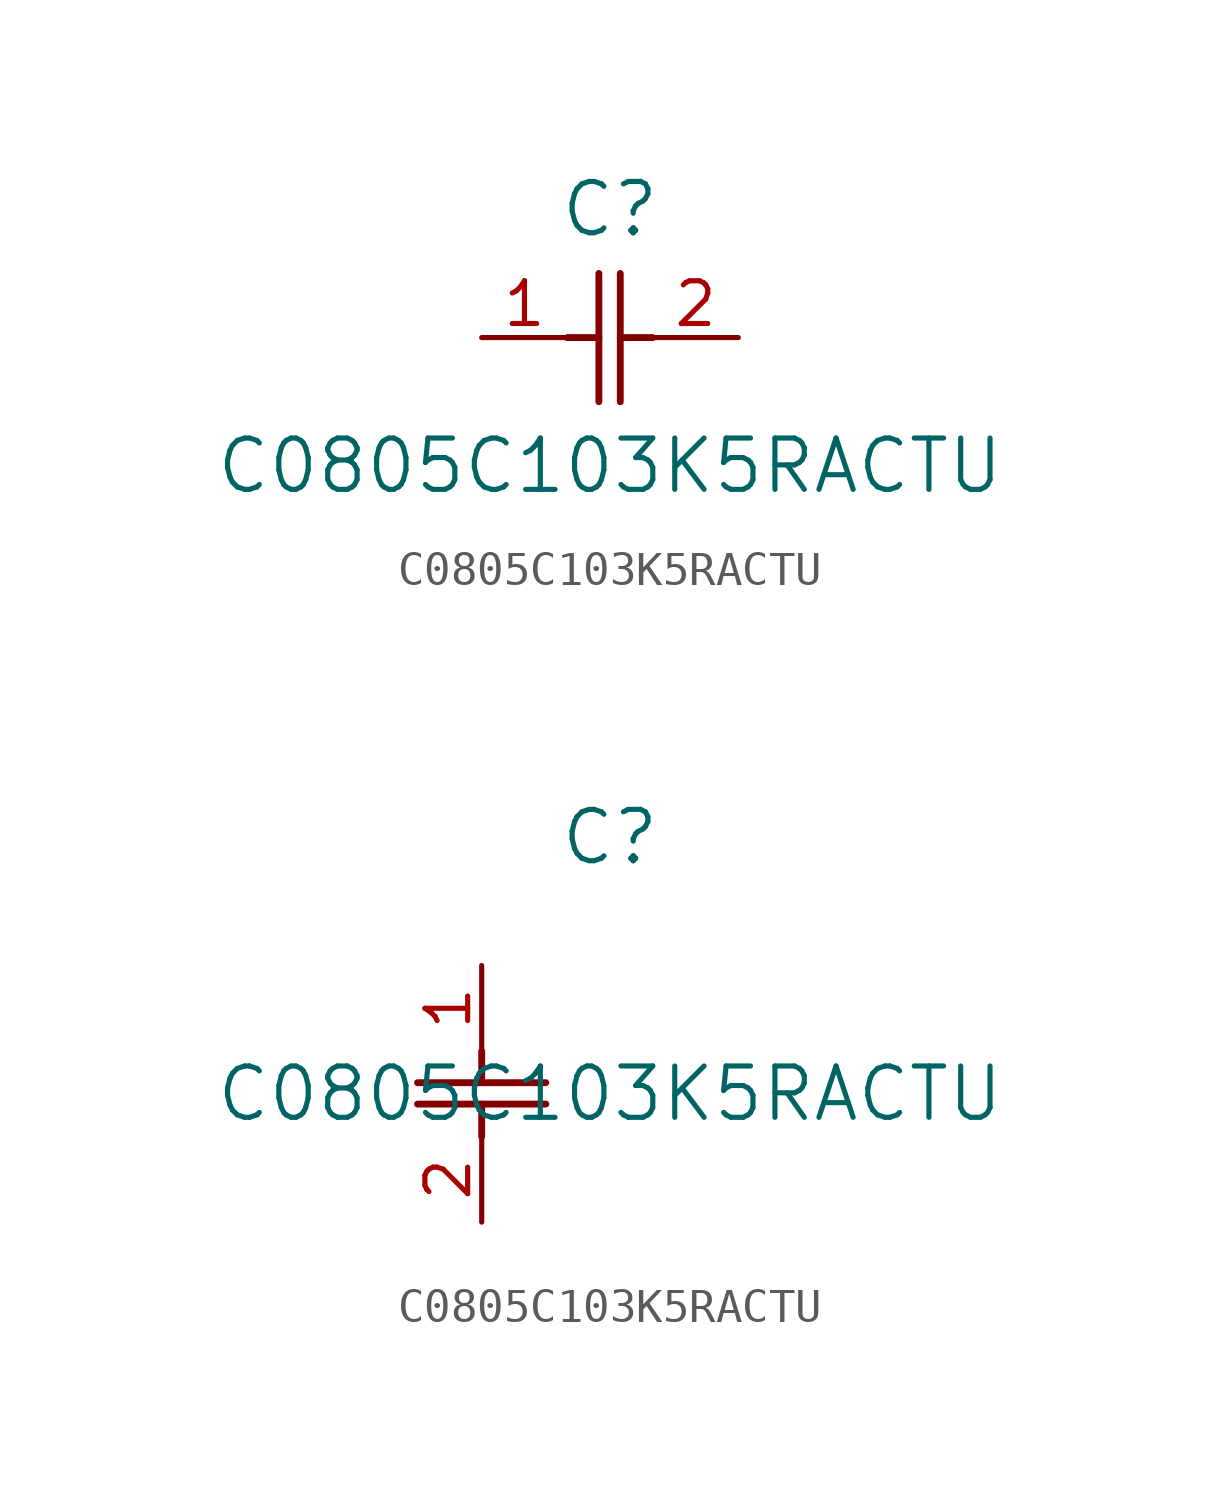
<source format=kicad_sym>
(kicad_symbol_lib
  (version 20211014)
  (generator kicad_symbol_editor)
  (symbol "C0805C103K5RACTU"
    (pin_names
      (offset 0.254))
    (property "Reference" "C"
      (at 3.81 3.81 0)
      (effects (font (size 1.524 1.524))))
    (property "Value" "C0805C103K5RACTU"
      (at 3.81 -3.81 0)
      (effects (font (size 1.524 1.524))))
    (symbol "C0805C103K5RACTU_1_1"
      (polyline (pts (xy 3.48 -1.905) (xy 3.48 1.905)) (stroke (width 0.203) (type default) (color 0 0 0 0)) (fill (type none)))
      (polyline (pts (xy 4.115 -1.905) (xy 4.115 1.905)) (stroke (width 0.203) (type default) (color 0 0 0 0)) (fill (type none)))
      (polyline (pts (xy 4.115 0) (xy 5.08 0)) (stroke (width 0.203) (type default) (color 0 0 0 0)) (fill (type none)))
      (polyline (pts (xy 2.54 0) (xy 3.48 0)) (stroke (width 0.203) (type default) (color 0 0 0 0)) (fill (type none)))
      (pin unspecified line (at 0 0 0) (length 2.54) (name "" (effects (font (size 1.27 1.27)))) (number "1" (effects (font (size 1.27 1.27)))))
      (pin unspecified line (at 7.62 0 180) (length 2.54) (name "" (effects (font (size 1.27 1.27)))) (number "2" (effects (font (size 1.27 1.27))))))
    (symbol "C0805C103K5RACTU_1_2"
      (polyline (pts (xy -1.905 -3.48) (xy 1.905 -3.48)) (stroke (width 0.203) (type default) (color 0 0 0 0)) (fill (type none)))
      (polyline (pts (xy -1.905 -4.115) (xy 1.905 -4.115)) (stroke (width 0.203) (type default) (color 0 0 0 0)) (fill (type none)))
      (polyline (pts (xy 0 -4.115) (xy 0 -5.08)) (stroke (width 0.203) (type default) (color 0 0 0 0)) (fill (type none)))
      (polyline (pts (xy 0 -2.54) (xy 0 -3.48)) (stroke (width 0.203) (type default) (color 0 0 0 0)) (fill (type none)))
      (pin unspecified line (at 0 0 270) (length 2.54) (name "" (effects (font (size 1.27 1.27)))) (number "1" (effects (font (size 1.27 1.27)))))
      (pin unspecified line (at 0 -7.62 90) (length 2.54) (name "" (effects (font (size 1.27 1.27)))) (number "2" (effects (font (size 1.27 1.27))))))))
</source>
